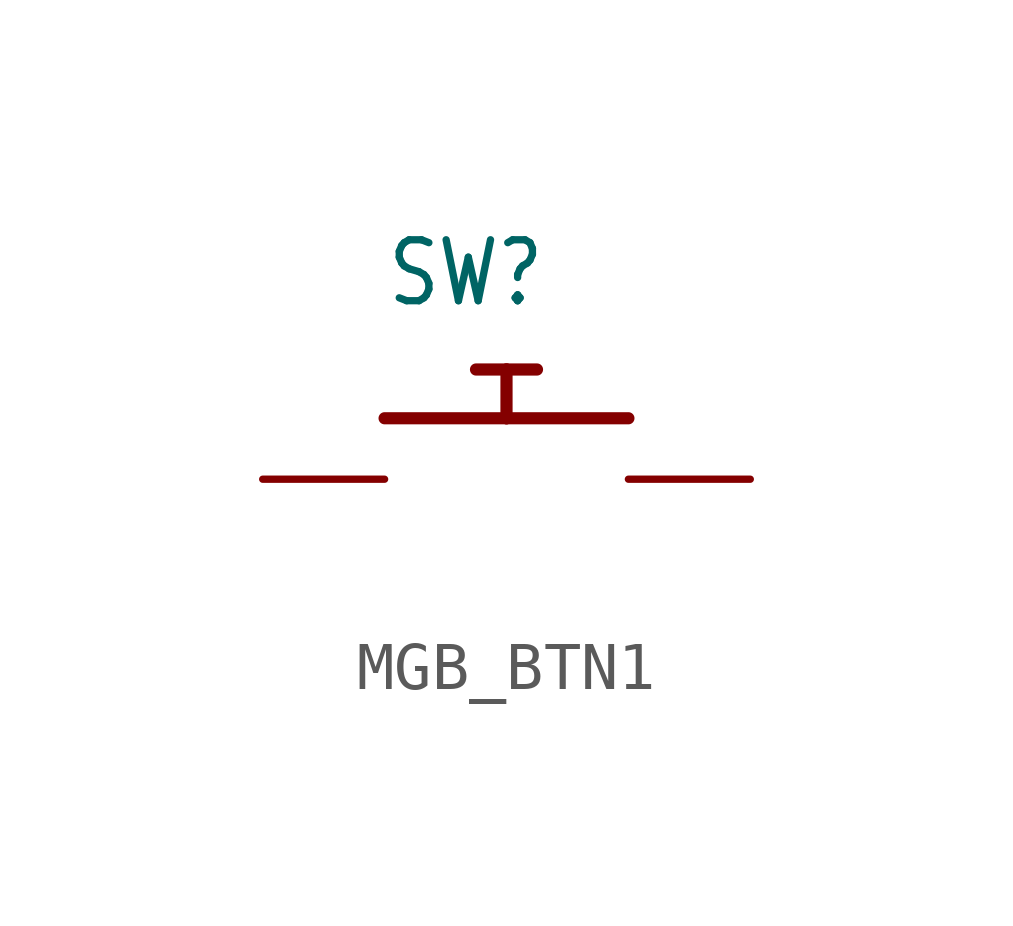
<source format=kicad_sym>
(kicad_symbol_lib
  (version 20241209)
  (generator "kicad_symbol_editor")
  (generator_version "9.0")
  (symbol "MGB_BTN1"
    (property "Reference" "SW"
      (at -2.54 3.556 0)
      (effects (font (size 1.27 1.079)) (justify left bottom)))
    (property "Value" ""
      (at -2.54 -2.286 0)
      (effects (font (size 1.27 1.079)) (justify left bottom)))
    (property "ki_locked" ""
      (at 0 0 0)
      (effects (font (size 1.27 1.27))))
    (symbol "MGB_BTN1_1_0"
      (polyline (pts (xy -2.54 1.27) (xy 0 1.27)) (stroke (width 0.254) (type solid)) (fill (type none)))
      (polyline (pts (xy -0.635 2.286) (xy 0 2.286)) (stroke (width 0.254) (type solid)) (fill (type none)))
      (polyline (pts (xy 0 2.286) (xy 0.635 2.286)) (stroke (width 0.254) (type solid)) (fill (type none)))
      (polyline (pts (xy 0 1.27) (xy 0 2.286)) (stroke (width 0.254) (type solid)) (fill (type none)))
      (polyline (pts (xy 0 1.27) (xy 2.54 1.27)) (stroke (width 0.254) (type solid)) (fill (type none)))
      (pin passive line (at -5.08 0 0) (length 2.54) (name "P$1" (effects (font (size 0 0)))) (number "P$1" (effects (font (size 0 0)))))
      (pin passive line (at 5.08 0 180) (length 2.54) (name "P$2" (effects (font (size 0 0)))) (number "P$2" (effects (font (size 0 0))))))))
</source>
